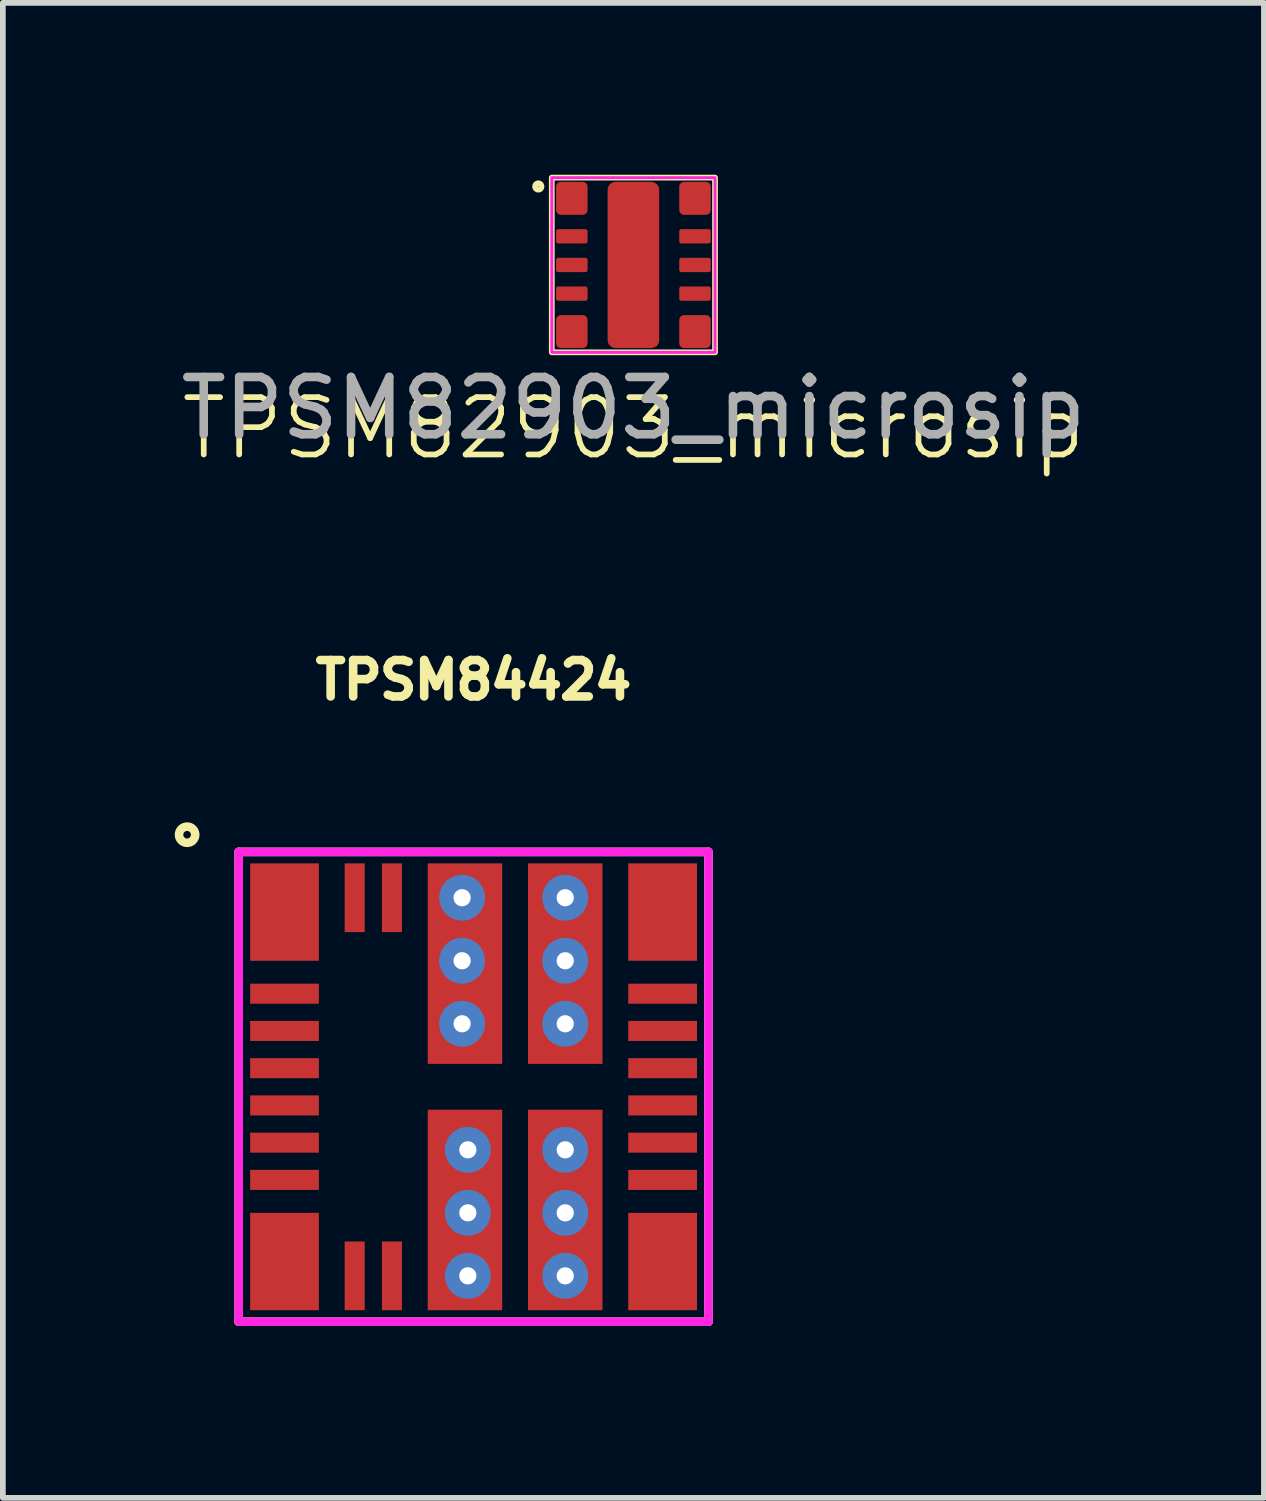
<source format=kicad_pcb>
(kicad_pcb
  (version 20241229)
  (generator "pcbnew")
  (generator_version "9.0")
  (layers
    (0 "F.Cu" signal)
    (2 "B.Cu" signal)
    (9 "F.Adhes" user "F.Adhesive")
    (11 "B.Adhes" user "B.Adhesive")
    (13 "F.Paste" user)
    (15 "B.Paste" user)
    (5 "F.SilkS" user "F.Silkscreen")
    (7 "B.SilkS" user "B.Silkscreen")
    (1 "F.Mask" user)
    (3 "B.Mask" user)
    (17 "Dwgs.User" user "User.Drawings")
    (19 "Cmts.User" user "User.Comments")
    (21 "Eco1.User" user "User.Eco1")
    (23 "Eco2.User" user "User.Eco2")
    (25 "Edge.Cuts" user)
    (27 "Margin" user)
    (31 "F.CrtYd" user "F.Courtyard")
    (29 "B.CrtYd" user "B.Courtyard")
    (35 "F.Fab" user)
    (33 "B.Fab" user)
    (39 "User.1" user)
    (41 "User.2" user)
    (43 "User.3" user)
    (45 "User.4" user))
  (footprint "TPSM84424"
    (layer "F.Cu")
    (at 5.216 15.92)
    (property "Reference" "TPSM84424" (at 0 -7.1 0) (layer "F.SilkS") (effects (font (size 0.635 0.635) (thickness 0.15))))
    (attr through_hole)
    (fp_line (start -4.1 -4.1) (end 4.1 -4.1) (stroke (width 0.15) (type solid)) (layer "F.SilkS"))
    (fp_line (start -4.1 4.1) (end -4.1 -4.1) (stroke (width 0.15) (type solid)) (layer "F.SilkS"))
    (fp_line (start 4.1 -4.1) (end 4.1 4.1) (stroke (width 0.15) (type solid)) (layer "F.SilkS"))
    (fp_line (start 4.1 4.1) (end -4.1 4.1) (stroke (width 0.15) (type solid)) (layer "F.SilkS"))
    (fp_circle (center -5 -4.4) (end -4.9 -4.3) (stroke (width 0.15) (type solid)) (fill no) (layer "F.SilkS"))
    (fp_line (start -4.1 -4.1) (end 4.1 -4.1) (stroke (width 0.15) (type solid)) (layer "F.CrtYd"))
    (fp_line (start -4.1 4.1) (end -4.1 -4.1) (stroke (width 0.15) (type solid)) (layer "F.CrtYd"))
    (fp_line (start 4.1 -4.1) (end 4.1 4.1) (stroke (width 0.15) (type solid)) (layer "F.CrtYd"))
    (fp_line (start 4.1 4.1) (end -4.1 4.1) (stroke (width 0.15) (type solid)) (layer "F.CrtYd"))
    (pad "1" smd rect (at -3.3 -3.05) (size 1.2 1.7) (layers "F.Cu" "F.Mask" "F.Paste"))
    (pad "2" smd rect (at -3.3 -1.625) (size 1.2 0.35) (layers "F.Cu" "F.Mask" "F.Paste"))
    (pad "3" smd rect (at -3.3 -0.975) (size 1.2 0.35) (layers "F.Cu" "F.Mask" "F.Paste"))
    (pad "4" smd rect (at -3.3 -0.325) (size 1.2 0.35) (layers "F.Cu" "F.Mask" "F.Paste"))
    (pad "5" smd rect (at -3.3 0.325) (size 1.2 0.35) (layers "F.Cu" "F.Mask" "F.Paste"))
    (pad "6" smd rect (at -3.3 0.975) (size 1.2 0.35) (layers "F.Cu" "F.Mask" "F.Paste"))
    (pad "7" smd rect (at -3.3 1.625) (size 1.2 0.35) (layers "F.Cu" "F.Mask" "F.Paste"))
    (pad "8" smd rect (at -3.3 3.05) (size 1.2 1.7) (layers "F.Cu" "F.Mask" "F.Paste"))
    (pad "9" smd rect (at -2.075 3.3) (size 0.35 1.2) (layers "F.Cu" "F.Mask" "F.Paste"))
    (pad "10" smd rect (at -1.425 3.3) (size 0.35 1.2) (layers "F.Cu" "F.Mask" "F.Paste"))
    (pad "11" smd rect (at -0.15 2.15) (size 1.3 3.5) (layers "F.Cu" "F.Mask" "F.Paste"))
    (pad "11" thru_hole circle (at -0.1 1.1) (size 0.8 0.8) (drill 0.3) (layers "*.Cu" "*.Mask"))
    (pad "11" thru_hole circle (at -0.1 2.2) (size 0.8 0.8) (drill 0.3) (layers "*.Cu" "*.Mask"))
    (pad "11" thru_hole circle (at -0.1 3.3) (size 0.8 0.8) (drill 0.3) (layers "*.Cu" "*.Mask"))
    (pad "12" thru_hole circle (at 1.6 1.1) (size 0.8 0.8) (drill 0.3) (layers "*.Cu" "*.Mask"))
    (pad "12" smd rect (at 1.6 2.15) (size 1.3 3.5) (layers "F.Cu" "F.Mask" "F.Paste"))
    (pad "12" thru_hole circle (at 1.6 2.2) (size 0.8 0.8) (drill 0.3) (layers "*.Cu" "*.Mask"))
    (pad "12" thru_hole circle (at 1.6 3.3) (size 0.8 0.8) (drill 0.3) (layers "*.Cu" "*.Mask"))
    (pad "13" smd rect (at 3.3 3.05) (size 1.2 1.7) (layers "F.Cu" "F.Mask" "F.Paste"))
    (pad "14" smd rect (at 3.3 1.625) (size 1.2 0.35) (layers "F.Cu" "F.Mask" "F.Paste"))
    (pad "15" smd rect (at 3.3 0.975) (size 1.2 0.35) (layers "F.Cu" "F.Mask" "F.Paste"))
    (pad "16" smd rect (at 3.3 0.325) (size 1.2 0.35) (layers "F.Cu" "F.Mask" "F.Paste"))
    (pad "17" smd rect (at 3.3 -0.325) (size 1.2 0.35) (layers "F.Cu" "F.Mask" "F.Paste"))
    (pad "18" smd rect (at 3.3 -0.975) (size 1.2 0.35) (layers "F.Cu" "F.Mask" "F.Paste"))
    (pad "19" smd rect (at 3.3 -1.625) (size 1.2 0.35) (layers "F.Cu" "F.Mask" "F.Paste"))
    (pad "20" smd rect (at 3.3 -3.05) (size 1.2 1.7) (layers "F.Cu" "F.Mask" "F.Paste"))
    (pad "21" thru_hole circle (at 1.6 -3.3) (size 0.8 0.8) (drill 0.3) (layers "*.Cu" "*.Mask"))
    (pad "21" thru_hole circle (at 1.6 -2.2) (size 0.8 0.8) (drill 0.3) (layers "*.Cu" "*.Mask"))
    (pad "21" smd rect (at 1.6 -2.15) (size 1.3 3.5) (layers "F.Cu" "F.Mask" "F.Paste"))
    (pad "21" thru_hole circle (at 1.6 -1.1) (size 0.8 0.8) (drill 0.3) (layers "*.Cu" "*.Mask"))
    (pad "22" thru_hole circle (at -0.2 -3.3) (size 0.8 0.8) (drill 0.3) (layers "*.Cu" "*.Mask"))
    (pad "22" thru_hole circle (at -0.2 -2.2) (size 0.8 0.8) (drill 0.3) (layers "*.Cu" "*.Mask"))
    (pad "22" thru_hole circle (at -0.2 -1.1) (size 0.8 0.8) (drill 0.3) (layers "*.Cu" "*.Mask"))
    (pad "22" smd rect (at -0.15 -2.15) (size 1.3 3.5) (layers "F.Cu" "F.Mask" "F.Paste"))
    (pad "23" smd rect (at -1.425 -3.3) (size 0.35 1.2) (layers "F.Cu" "F.Mask" "F.Paste"))
    (pad "24" smd rect (at -2.075 -3.3) (size 0.35 1.2) (layers "F.Cu" "F.Mask" "F.Paste")))
  (footprint "TPSM82903_microsip"
    (layer "F.Cu")
    (at 8.006 1.575)
    (property "Reference" "TPSM82903_microsip" (at 0 2.85 0) (unlocked yes) (layer "F.SilkS") (effects (font (size 1 1) (thickness 0.1))))
    (attr smd)
    (fp_rect (start -1.425 -1.525) (end 1.425 1.525) (stroke (width 0.1) (type solid)) (fill no) (layer "F.SilkS"))
    (fp_circle (center -1.66 -1.37) (end -1.62 -1.33) (stroke (width 0.1) (type default)) (fill no) (layer "F.SilkS"))
    (fp_rect (start -1.425 -1.525) (end 1.425 1.525) (stroke (width 0.05) (type solid)) (fill no) (layer "F.CrtYd"))
    (fp_text user "${REFERENCE}" (at 0 2.5 0) (unlocked yes) (layer "F.Fab") (effects (font (size 1 1) (thickness 0.15))))
    (pad "1" smd roundrect (at -1.075 -1.163) (size 0.55 0.575) (layers "F.Cu" "F.Mask" "F.Paste") (roundrect_rratio 0.15))
    (pad "2" smd roundrect (at -1.075 -0.5) (size 0.55 0.25) (layers "F.Cu" "F.Mask" "F.Paste") (roundrect_rratio 0.15))
    (pad "3" smd roundrect (at -1.075 0) (size 0.55 0.25) (layers "F.Cu" "F.Mask" "F.Paste") (roundrect_rratio 0.15))
    (pad "4" smd roundrect (at -1.075 0.5) (size 0.55 0.25) (layers "F.Cu" "F.Mask" "F.Paste") (roundrect_rratio 0.15))
    (pad "5" smd roundrect (at -1.075 1.163) (size 0.55 0.575) (layers "F.Cu" "F.Mask" "F.Paste") (roundrect_rratio 0.15))
    (pad "6" smd roundrect (at 1.075 1.163) (size 0.55 0.575) (layers "F.Cu" "F.Mask" "F.Paste") (roundrect_rratio 0.15))
    (pad "7" smd roundrect (at 1.075 0.5) (size 0.55 0.25) (layers "F.Cu" "F.Mask" "F.Paste") (roundrect_rratio 0.15))
    (pad "8" smd roundrect (at 1.075 0) (size 0.55 0.25) (layers "F.Cu" "F.Mask" "F.Paste") (roundrect_rratio 0.15))
    (pad "9" smd roundrect (at 1.075 -0.5) (size 0.55 0.25) (layers "F.Cu" "F.Mask" "F.Paste") (roundrect_rratio 0.15))
    (pad "10" smd roundrect (at 1.075 -1.163) (size 0.55 0.575) (layers "F.Cu" "F.Mask" "F.Paste") (roundrect_rratio 0.15))
    (pad "11" smd roundrect (at 0 0) (size 0.9 2.9) (layers "F.Cu" "F.Mask" "F.Paste") (roundrect_rratio 0.15)))
  (gr_rect
    (start -3 -3)
    (end 19.012 23.095)
    (stroke (width 0.1) (type default))
    (fill no)
    (layer "Edge.Cuts")))
</source>
